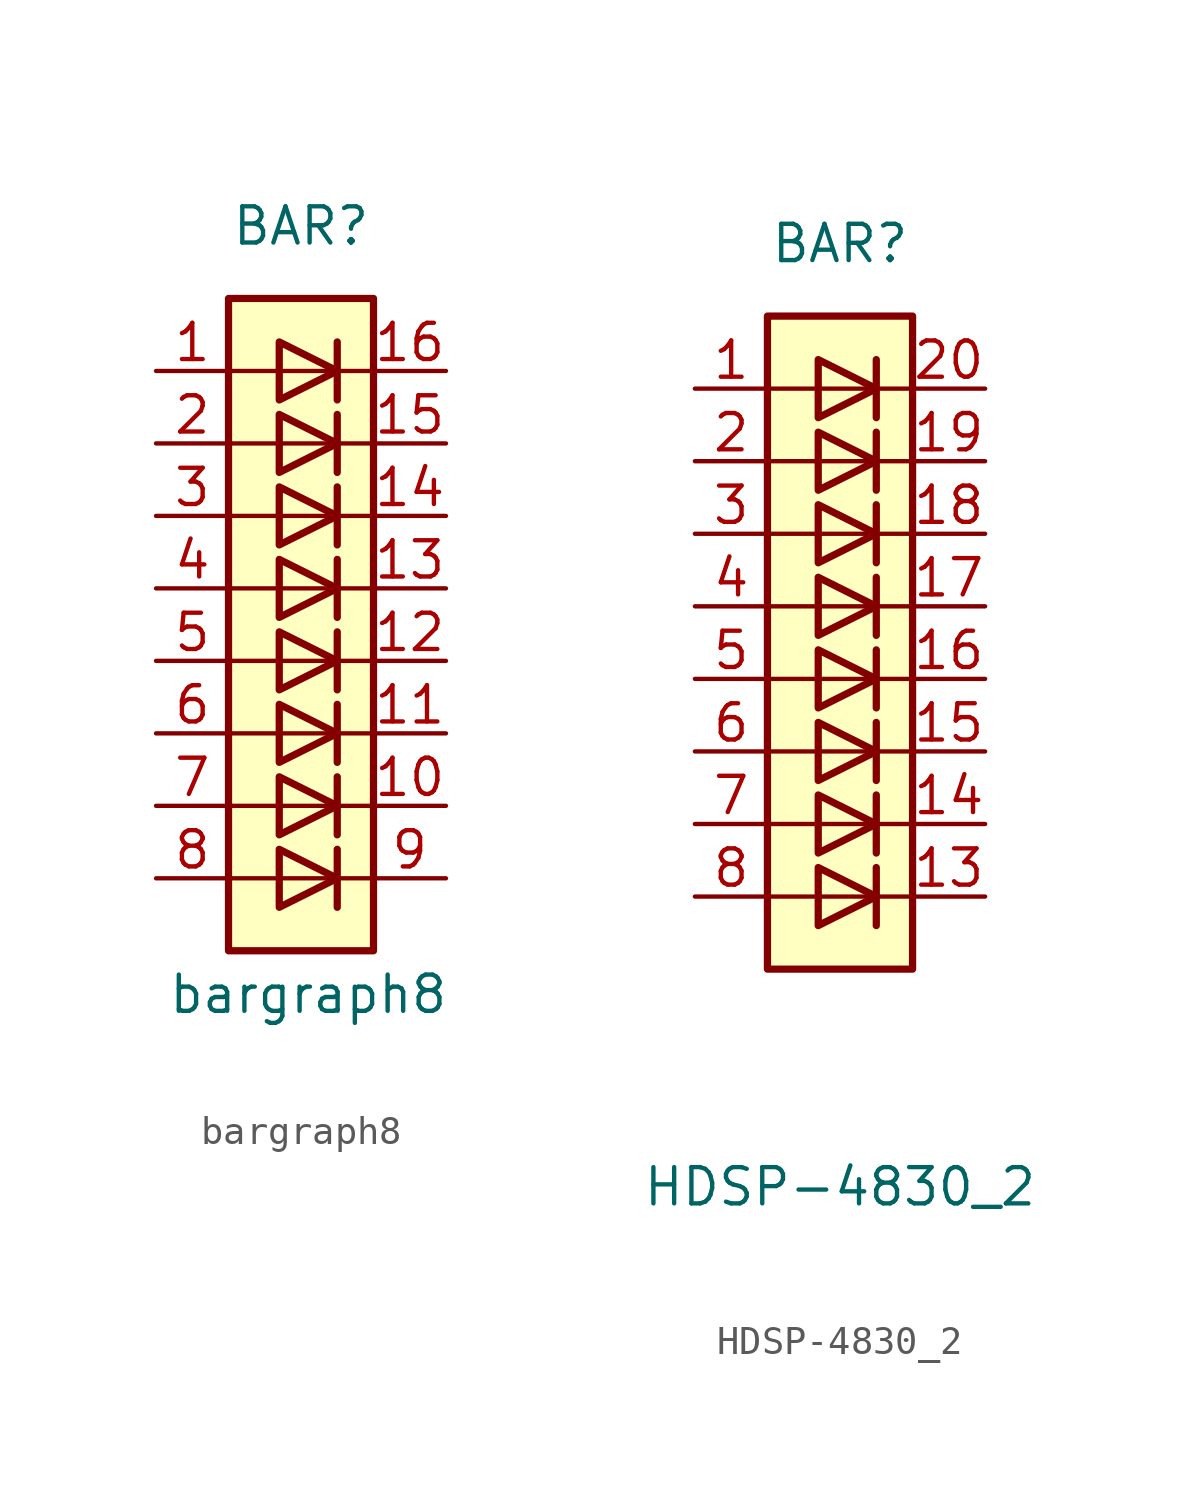
<source format=kicad_sym>
(kicad_symbol_lib
  (version 20231120)
  (generator "kicad_symbol_editor")
  (generator_version "8.0")
  (symbol "bargraph8"
    (pin_names
      (offset 1.016) hide)
    (property "Reference" "BAR"
      (at 0 15.24 0)
      (effects (font (size 1.27 1.27))))
    (property "Value" "bargraph8"
      (at 0.254 -11.684 0)
      (effects (font (size 1.27 1.27))))
    (symbol "bargraph8_0_1"
      (rectangle (start -2.54 12.7) (end 2.54 -10.16) (stroke (width 0.254) (type default)) (fill (type background)))
      (polyline (pts (xy -2.54 -7.62) (xy 2.54 -7.62)) (stroke (width 0) (type default)) (fill (type none)))
      (polyline (pts (xy -2.54 -5.08) (xy 2.54 -5.08)) (stroke (width 0) (type default)) (fill (type none)))
      (polyline (pts (xy -2.54 0) (xy 2.54 0)) (stroke (width 0) (type default)) (fill (type none)))
      (polyline (pts (xy -2.54 5.08) (xy 2.54 5.08)) (stroke (width 0) (type default)) (fill (type none)))
      (polyline (pts (xy -2.54 7.62) (xy 2.54 7.62)) (stroke (width 0) (type default)) (fill (type none)))
      (polyline (pts (xy -2.54 10.16) (xy 2.54 10.16)) (stroke (width 0) (type default)) (fill (type none)))
      (polyline (pts (xy 1.27 -6.604) (xy 1.27 -8.636)) (stroke (width 0.254) (type default)) (fill (type none)))
      (polyline (pts (xy 1.27 -4.064) (xy 1.27 -6.096)) (stroke (width 0.254) (type default)) (fill (type none)))
      (polyline (pts (xy 1.27 -1.524) (xy 1.27 -3.556)) (stroke (width 0.254) (type default)) (fill (type none)))
      (polyline (pts (xy 1.27 1.016) (xy 1.27 -1.016)) (stroke (width 0.254) (type default)) (fill (type none)))
      (polyline (pts (xy 1.27 3.556) (xy 1.27 1.524)) (stroke (width 0.254) (type default)) (fill (type none)))
      (polyline (pts (xy 1.27 6.096) (xy 1.27 4.064)) (stroke (width 0.254) (type default)) (fill (type none)))
      (polyline (pts (xy 1.27 8.636) (xy 1.27 6.604)) (stroke (width 0.254) (type default)) (fill (type none)))
      (polyline (pts (xy 1.27 11.176) (xy 1.27 9.144)) (stroke (width 0.254) (type default)) (fill (type none)))
      (polyline (pts (xy 2.54 -2.54) (xy -2.54 -2.54)) (stroke (width 0) (type default)) (fill (type none)))
      (polyline (pts (xy 2.54 2.54) (xy -2.54 2.54)) (stroke (width 0) (type default)) (fill (type none)))
      (polyline (pts (xy -0.762 -6.604) (xy -0.762 -8.636) (xy 1.27 -7.62) (xy -0.762 -6.604)) (stroke (width 0.254) (type default)) (fill (type none)))
      (polyline (pts (xy -0.762 -4.064) (xy -0.762 -6.096) (xy 1.27 -5.08) (xy -0.762 -4.064)) (stroke (width 0.254) (type default)) (fill (type none)))
      (polyline (pts (xy -0.762 -1.524) (xy -0.762 -3.556) (xy 1.27 -2.54) (xy -0.762 -1.524)) (stroke (width 0.254) (type default)) (fill (type none)))
      (polyline (pts (xy -0.762 1.016) (xy -0.762 -1.016) (xy 1.27 0) (xy -0.762 1.016)) (stroke (width 0.254) (type default)) (fill (type none)))
      (polyline (pts (xy -0.762 3.556) (xy -0.762 1.524) (xy 1.27 2.54) (xy -0.762 3.556)) (stroke (width 0.254) (type default)) (fill (type none)))
      (polyline (pts (xy -0.762 6.096) (xy -0.762 4.064) (xy 1.27 5.08) (xy -0.762 6.096)) (stroke (width 0.254) (type default)) (fill (type none)))
      (polyline (pts (xy -0.762 8.636) (xy -0.762 6.604) (xy 1.27 7.62) (xy -0.762 8.636)) (stroke (width 0.254) (type default)) (fill (type none)))
      (polyline (pts (xy -0.762 11.176) (xy -0.762 9.144) (xy 1.27 10.16) (xy -0.762 11.176)) (stroke (width 0.254) (type default)) (fill (type none))))
    (symbol "bargraph8_1_1"
      (pin passive line (at -5.08 10.16 0) (length 2.54) (name "A" (effects (font (size 1.27 1.27)))) (number "1" (effects (font (size 1.27 1.27)))))
      (pin passive line (at 5.08 -5.08 180) (length 2.54) (name "K" (effects (font (size 1.27 1.27)))) (number "10" (effects (font (size 1.27 1.27)))))
      (pin passive line (at 5.08 -2.54 180) (length 2.54) (name "K" (effects (font (size 1.27 1.27)))) (number "11" (effects (font (size 1.27 1.27)))))
      (pin passive line (at 5.08 0 180) (length 2.54) (name "K" (effects (font (size 1.27 1.27)))) (number "12" (effects (font (size 1.27 1.27)))))
      (pin passive line (at 5.08 2.54 180) (length 2.54) (name "K" (effects (font (size 1.27 1.27)))) (number "13" (effects (font (size 1.27 1.27)))))
      (pin passive line (at 5.08 5.08 180) (length 2.54) (name "K" (effects (font (size 1.27 1.27)))) (number "14" (effects (font (size 1.27 1.27)))))
      (pin passive line (at 5.08 7.62 180) (length 2.54) (name "K" (effects (font (size 1.27 1.27)))) (number "15" (effects (font (size 1.27 1.27)))))
      (pin passive line (at 5.08 10.16 180) (length 2.54) (name "K" (effects (font (size 1.27 1.27)))) (number "16" (effects (font (size 1.27 1.27)))))
      (pin passive line (at -5.08 7.62 0) (length 2.54) (name "A" (effects (font (size 1.27 1.27)))) (number "2" (effects (font (size 1.27 1.27)))))
      (pin passive line (at -5.08 5.08 0) (length 2.54) (name "A" (effects (font (size 1.27 1.27)))) (number "3" (effects (font (size 1.27 1.27)))))
      (pin passive line (at -5.08 2.54 0) (length 2.54) (name "A" (effects (font (size 1.27 1.27)))) (number "4" (effects (font (size 1.27 1.27)))))
      (pin passive line (at -5.08 0 0) (length 2.54) (name "A" (effects (font (size 1.27 1.27)))) (number "5" (effects (font (size 1.27 1.27)))))
      (pin passive line (at -5.08 -2.54 0) (length 2.54) (name "A" (effects (font (size 1.27 1.27)))) (number "6" (effects (font (size 1.27 1.27)))))
      (pin passive line (at -5.08 -5.08 0) (length 2.54) (name "A" (effects (font (size 1.27 1.27)))) (number "7" (effects (font (size 1.27 1.27)))))
      (pin passive line (at -5.08 -7.62 0) (length 2.54) (name "A" (effects (font (size 1.27 1.27)))) (number "8" (effects (font (size 1.27 1.27)))))
      (pin passive line (at 5.08 -7.62 180) (length 2.54) (name "K" (effects (font (size 1.27 1.27)))) (number "9" (effects (font (size 1.27 1.27)))))))
  (symbol "HDSP-4830_2"
    (pin_names
      (offset 1.016) hide)
    (property "Reference" "BAR"
      (at 0 15.24 0)
      (effects (font (size 1.27 1.27))))
    (property "Value" "HDSP-4830_2"
      (at 0 -17.78 0)
      (effects (font (size 1.27 1.27))))
    (symbol "HDSP-4830_2_0_1"
      (rectangle (start -2.54 12.7) (end 2.54 -10.16) (stroke (width 0.254) (type default)) (fill (type background)))
      (polyline (pts (xy -2.54 -7.62) (xy 2.54 -7.62)) (stroke (width 0) (type default)) (fill (type none)))
      (polyline (pts (xy -2.54 -5.08) (xy 2.54 -5.08)) (stroke (width 0) (type default)) (fill (type none)))
      (polyline (pts (xy -2.54 0) (xy 2.54 0)) (stroke (width 0) (type default)) (fill (type none)))
      (polyline (pts (xy -2.54 5.08) (xy 2.54 5.08)) (stroke (width 0) (type default)) (fill (type none)))
      (polyline (pts (xy -2.54 7.62) (xy 2.54 7.62)) (stroke (width 0) (type default)) (fill (type none)))
      (polyline (pts (xy -2.54 10.16) (xy 2.54 10.16)) (stroke (width 0) (type default)) (fill (type none)))
      (polyline (pts (xy 1.27 -6.604) (xy 1.27 -8.636)) (stroke (width 0.254) (type default)) (fill (type none)))
      (polyline (pts (xy 1.27 -4.064) (xy 1.27 -6.096)) (stroke (width 0.254) (type default)) (fill (type none)))
      (polyline (pts (xy 1.27 -1.524) (xy 1.27 -3.556)) (stroke (width 0.254) (type default)) (fill (type none)))
      (polyline (pts (xy 1.27 1.016) (xy 1.27 -1.016)) (stroke (width 0.254) (type default)) (fill (type none)))
      (polyline (pts (xy 1.27 3.556) (xy 1.27 1.524)) (stroke (width 0.254) (type default)) (fill (type none)))
      (polyline (pts (xy 1.27 6.096) (xy 1.27 4.064)) (stroke (width 0.254) (type default)) (fill (type none)))
      (polyline (pts (xy 1.27 8.636) (xy 1.27 6.604)) (stroke (width 0.254) (type default)) (fill (type none)))
      (polyline (pts (xy 1.27 11.176) (xy 1.27 9.144)) (stroke (width 0.254) (type default)) (fill (type none)))
      (polyline (pts (xy 2.54 -2.54) (xy -2.54 -2.54)) (stroke (width 0) (type default)) (fill (type none)))
      (polyline (pts (xy 2.54 2.54) (xy -2.54 2.54)) (stroke (width 0) (type default)) (fill (type none)))
      (polyline (pts (xy -0.762 -6.604) (xy -0.762 -8.636) (xy 1.27 -7.62) (xy -0.762 -6.604)) (stroke (width 0.254) (type default)) (fill (type none)))
      (polyline (pts (xy -0.762 -4.064) (xy -0.762 -6.096) (xy 1.27 -5.08) (xy -0.762 -4.064)) (stroke (width 0.254) (type default)) (fill (type none)))
      (polyline (pts (xy -0.762 -1.524) (xy -0.762 -3.556) (xy 1.27 -2.54) (xy -0.762 -1.524)) (stroke (width 0.254) (type default)) (fill (type none)))
      (polyline (pts (xy -0.762 1.016) (xy -0.762 -1.016) (xy 1.27 0) (xy -0.762 1.016)) (stroke (width 0.254) (type default)) (fill (type none)))
      (polyline (pts (xy -0.762 3.556) (xy -0.762 1.524) (xy 1.27 2.54) (xy -0.762 3.556)) (stroke (width 0.254) (type default)) (fill (type none)))
      (polyline (pts (xy -0.762 6.096) (xy -0.762 4.064) (xy 1.27 5.08) (xy -0.762 6.096)) (stroke (width 0.254) (type default)) (fill (type none)))
      (polyline (pts (xy -0.762 8.636) (xy -0.762 6.604) (xy 1.27 7.62) (xy -0.762 8.636)) (stroke (width 0.254) (type default)) (fill (type none)))
      (polyline (pts (xy -0.762 11.176) (xy -0.762 9.144) (xy 1.27 10.16) (xy -0.762 11.176)) (stroke (width 0.254) (type default)) (fill (type none))))
    (symbol "HDSP-4830_2_1_1"
      (pin passive line (at -5.08 10.16 0) (length 2.54) (name "A" (effects (font (size 1.27 1.27)))) (number "1" (effects (font (size 1.27 1.27)))))
      (pin passive line (at 5.08 -7.62 180) (length 2.54) (name "K" (effects (font (size 1.27 1.27)))) (number "13" (effects (font (size 1.27 1.27)))))
      (pin passive line (at 5.08 -5.08 180) (length 2.54) (name "K" (effects (font (size 1.27 1.27)))) (number "14" (effects (font (size 1.27 1.27)))))
      (pin passive line (at 5.08 -2.54 180) (length 2.54) (name "K" (effects (font (size 1.27 1.27)))) (number "15" (effects (font (size 1.27 1.27)))))
      (pin passive line (at 5.08 0 180) (length 2.54) (name "K" (effects (font (size 1.27 1.27)))) (number "16" (effects (font (size 1.27 1.27)))))
      (pin passive line (at 5.08 2.54 180) (length 2.54) (name "K" (effects (font (size 1.27 1.27)))) (number "17" (effects (font (size 1.27 1.27)))))
      (pin passive line (at 5.08 5.08 180) (length 2.54) (name "K" (effects (font (size 1.27 1.27)))) (number "18" (effects (font (size 1.27 1.27)))))
      (pin passive line (at 5.08 7.62 180) (length 2.54) (name "K" (effects (font (size 1.27 1.27)))) (number "19" (effects (font (size 1.27 1.27)))))
      (pin passive line (at -5.08 7.62 0) (length 2.54) (name "A" (effects (font (size 1.27 1.27)))) (number "2" (effects (font (size 1.27 1.27)))))
      (pin passive line (at 5.08 10.16 180) (length 2.54) (name "K" (effects (font (size 1.27 1.27)))) (number "20" (effects (font (size 1.27 1.27)))))
      (pin passive line (at -5.08 5.08 0) (length 2.54) (name "A" (effects (font (size 1.27 1.27)))) (number "3" (effects (font (size 1.27 1.27)))))
      (pin passive line (at -5.08 2.54 0) (length 2.54) (name "A" (effects (font (size 1.27 1.27)))) (number "4" (effects (font (size 1.27 1.27)))))
      (pin passive line (at -5.08 0 0) (length 2.54) (name "A" (effects (font (size 1.27 1.27)))) (number "5" (effects (font (size 1.27 1.27)))))
      (pin passive line (at -5.08 -2.54 0) (length 2.54) (name "A" (effects (font (size 1.27 1.27)))) (number "6" (effects (font (size 1.27 1.27)))))
      (pin passive line (at -5.08 -5.08 0) (length 2.54) (name "A" (effects (font (size 1.27 1.27)))) (number "7" (effects (font (size 1.27 1.27)))))
      (pin passive line (at -5.08 -7.62 0) (length 2.54) (name "A" (effects (font (size 1.27 1.27)))) (number "8" (effects (font (size 1.27 1.27))))))))
</source>
